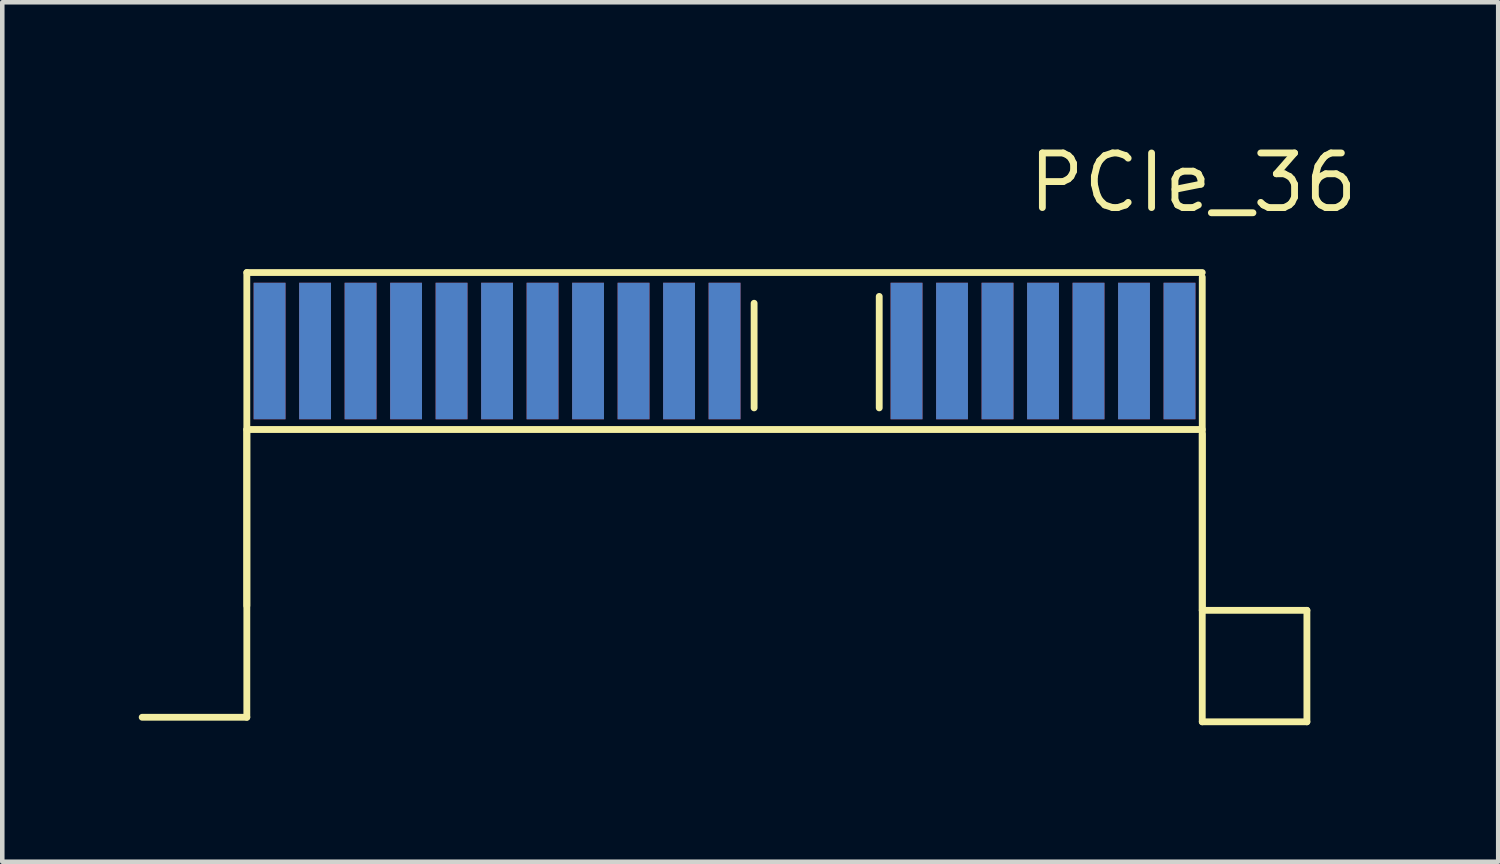
<source format=kicad_pcb>
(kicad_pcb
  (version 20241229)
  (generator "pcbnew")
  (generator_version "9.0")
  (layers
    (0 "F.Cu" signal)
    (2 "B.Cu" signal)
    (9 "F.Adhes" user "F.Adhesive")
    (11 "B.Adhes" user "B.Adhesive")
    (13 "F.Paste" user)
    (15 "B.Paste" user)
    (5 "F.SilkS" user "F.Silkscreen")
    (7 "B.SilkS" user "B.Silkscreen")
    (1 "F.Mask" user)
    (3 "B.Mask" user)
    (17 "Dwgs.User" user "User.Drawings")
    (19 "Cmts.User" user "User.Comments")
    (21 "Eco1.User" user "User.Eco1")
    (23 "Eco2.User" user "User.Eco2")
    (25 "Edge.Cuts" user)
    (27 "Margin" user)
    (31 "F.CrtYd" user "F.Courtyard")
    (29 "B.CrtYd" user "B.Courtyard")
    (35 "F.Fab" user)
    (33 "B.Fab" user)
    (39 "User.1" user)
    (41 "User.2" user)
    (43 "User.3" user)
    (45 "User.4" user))
  (footprint "PCIe_36"
    (layer "F.Cu")
    (at 21.875 4.665)
    (property "Reference" "PCIe_36" (at 1.3 -3.7 0) (layer "F.SilkS") (effects (font (size 1.2 1.2) (thickness 0.15))))
    (attr through_hole)
    (fp_line (start -19.5 -1.725) (end 1.5 -1.725) (stroke (width 0.15) (type solid)) (layer "F.SilkS"))
    (fp_line (start -19.5 1.725) (end -19.5 8.05) (stroke (width 0.15) (type solid)) (layer "F.SilkS"))
    (fp_line (start -19.5 1.725) (end 1.5 1.725) (stroke (width 0.15) (type solid)) (layer "F.SilkS"))
    (fp_line (start -19.5 5.6) (end -19.5 -1.725) (stroke (width 0.15) (type solid)) (layer "F.SilkS"))
    (fp_line (start -19.5 8.05) (end -21.8 8.05) (stroke (width 0.15) (type solid)) (layer "F.SilkS"))
    (fp_line (start -8.35 1.25) (end -8.35 -1.05) (stroke (width 0.15) (type solid)) (layer "F.SilkS"))
    (fp_line (start -5.6 1.25) (end -5.6 -1.2) (stroke (width 0.15) (type solid)) (layer "F.SilkS"))
    (fp_line (start 1.5 1.825) (end 1.5 8.15) (stroke (width 0.15) (type solid)) (layer "F.SilkS"))
    (fp_line (start 1.5 5.7) (end 1.5 -1.625) (stroke (width 0.15) (type solid)) (layer "F.SilkS"))
    (fp_line (start 1.5 8.15) (end 3.8 8.15) (stroke (width 0.15) (type solid)) (layer "F.SilkS"))
    (fp_line (start 3.8 5.7) (end 1.5 5.7) (stroke (width 0.15) (type solid)) (layer "F.SilkS"))
    (fp_line (start 3.8 8.15) (end 3.8 5.7) (stroke (width 0.15) (type solid)) (layer "F.SilkS"))
    (pad "A1" smd rect (at -19 0) (size 0.7 3) (layers "F.Cu" "F.Mask" "F.Paste"))
    (pad "A2" smd rect (at -18 0) (size 0.7 3) (layers "F.Cu" "F.Mask" "F.Paste"))
    (pad "A3" smd rect (at -17 0) (size 0.7 3) (layers "F.Cu" "F.Mask" "F.Paste"))
    (pad "A4" smd rect (at -16 0) (size 0.7 3) (layers "F.Cu" "F.Mask" "F.Paste"))
    (pad "A5" smd rect (at -15 0) (size 0.7 3) (layers "F.Cu" "F.Mask" "F.Paste"))
    (pad "A6" smd rect (at -14 0) (size 0.7 3) (layers "F.Cu" "F.Mask" "F.Paste"))
    (pad "A7" smd rect (at -13 0) (size 0.7 3) (layers "F.Cu" "F.Mask" "F.Paste"))
    (pad "A8" smd rect (at -12 0) (size 0.7 3) (layers "F.Cu" "F.Mask" "F.Paste"))
    (pad "A9" smd rect (at -11 0) (size 0.7 3) (layers "F.Cu" "F.Mask" "F.Paste"))
    (pad "A10" smd rect (at -10 0) (size 0.7 3) (layers "F.Cu" "F.Mask" "F.Paste"))
    (pad "A11" smd rect (at -9 0) (size 0.7 3) (layers "F.Cu" "F.Mask" "F.Paste"))
    (pad "A12" smd rect (at -5 0) (size 0.7 3) (layers "F.Cu" "F.Mask" "F.Paste"))
    (pad "A13" smd rect (at -4 0) (size 0.7 3) (layers "F.Cu" "F.Mask" "F.Paste"))
    (pad "A14" smd rect (at -3 0) (size 0.7 3) (layers "F.Cu" "F.Mask" "F.Paste"))
    (pad "A15" smd rect (at -2 0) (size 0.7 3) (layers "F.Cu" "F.Mask" "F.Paste"))
    (pad "A16" smd rect (at -1 0) (size 0.7 3) (layers "F.Cu" "F.Mask" "F.Paste"))
    (pad "A17" smd rect (at 0 0) (size 0.7 3) (layers "F.Cu" "F.Mask" "F.Paste"))
    (pad "A18" smd rect (at 1 0) (size 0.7 3) (layers "F.Cu" "F.Mask" "F.Paste"))
    (pad "B1" smd rect (at -19 0) (size 0.7 3) (layers "B.Cu" "B.Mask" "B.Paste"))
    (pad "B2" smd rect (at -18 0) (size 0.7 3) (layers "B.Cu" "B.Mask" "B.Paste"))
    (pad "B3" smd rect (at -17 0) (size 0.7 3) (layers "B.Cu" "B.Mask" "B.Paste"))
    (pad "B4" smd rect (at -16 0) (size 0.7 3) (layers "B.Cu" "B.Mask" "B.Paste"))
    (pad "B5" smd rect (at -15 0) (size 0.7 3) (layers "B.Cu" "B.Mask" "B.Paste"))
    (pad "B6" smd rect (at -14 0) (size 0.7 3) (layers "B.Cu" "B.Mask" "B.Paste"))
    (pad "B7" smd rect (at -13 0) (size 0.7 3) (layers "B.Cu" "B.Mask" "B.Paste"))
    (pad "B8" smd rect (at -12 0) (size 0.7 3) (layers "B.Cu" "B.Mask" "B.Paste"))
    (pad "B9" smd rect (at -11 0) (size 0.7 3) (layers "B.Cu" "B.Mask" "B.Paste"))
    (pad "B10" smd rect (at -10 0) (size 0.7 3) (layers "B.Cu" "B.Mask" "B.Paste"))
    (pad "B11" smd rect (at -9 0) (size 0.7 3) (layers "B.Cu" "B.Mask" "B.Paste"))
    (pad "B12" smd rect (at -5 0) (size 0.7 3) (layers "B.Cu" "B.Mask" "B.Paste"))
    (pad "B13" smd rect (at -4 0) (size 0.7 3) (layers "B.Cu" "B.Mask" "B.Paste"))
    (pad "B14" smd rect (at -3 0) (size 0.7 3) (layers "B.Cu" "B.Mask" "B.Paste"))
    (pad "B15" smd rect (at -2 0) (size 0.7 3) (layers "B.Cu" "B.Mask" "B.Paste"))
    (pad "B16" smd rect (at -1 0) (size 0.7 3) (layers "B.Cu" "B.Mask" "B.Paste"))
    (pad "B17" smd rect (at 0 0) (size 0.7 3) (layers "B.Cu" "B.Mask" "B.Paste"))
    (pad "B18" smd rect (at 1 0) (size 0.7 3) (layers "B.Cu" "B.Mask" "B.Paste")))
  (gr_rect
    (start -3 -3)
    (end 29.88 15.89)
    (stroke (width 0.1) (type default))
    (fill no)
    (layer "Edge.Cuts")))
</source>
